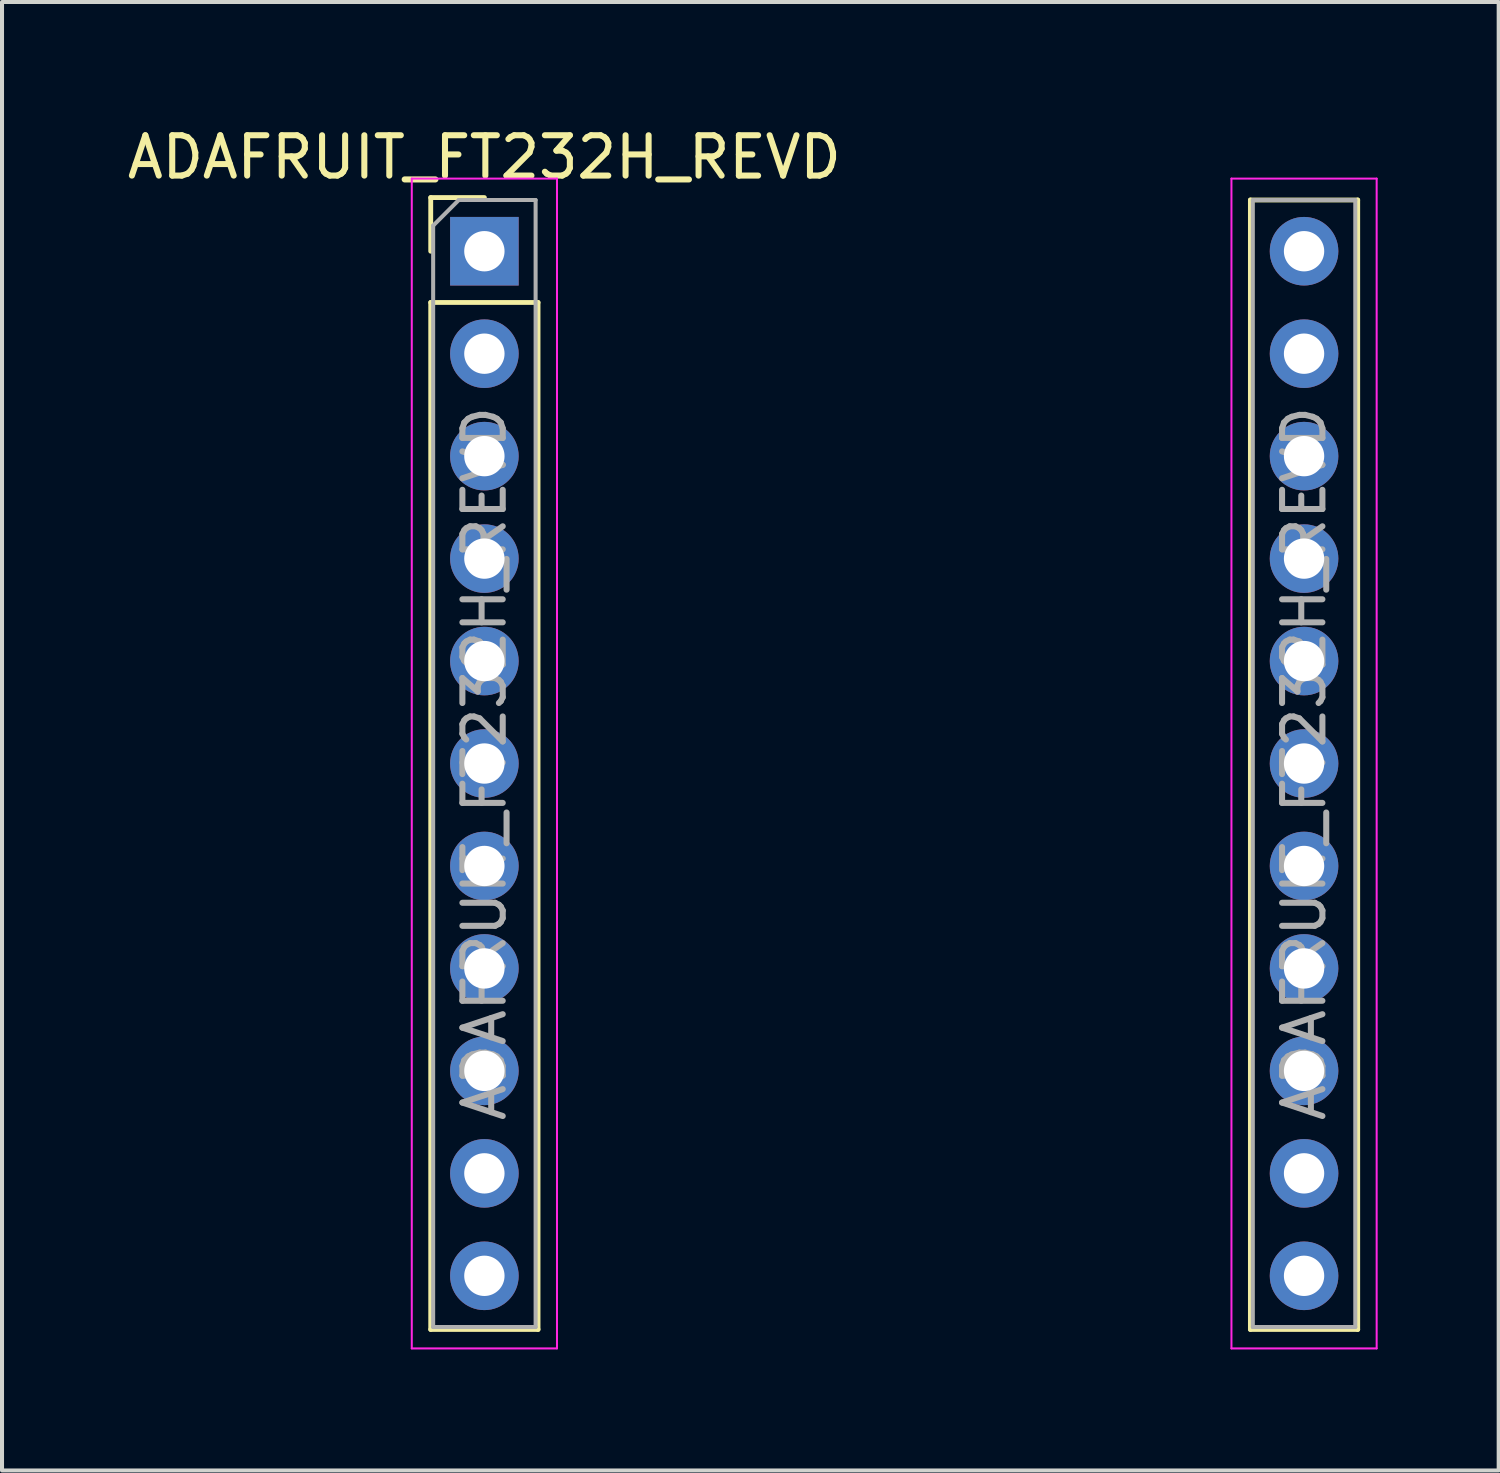
<source format=kicad_pcb>
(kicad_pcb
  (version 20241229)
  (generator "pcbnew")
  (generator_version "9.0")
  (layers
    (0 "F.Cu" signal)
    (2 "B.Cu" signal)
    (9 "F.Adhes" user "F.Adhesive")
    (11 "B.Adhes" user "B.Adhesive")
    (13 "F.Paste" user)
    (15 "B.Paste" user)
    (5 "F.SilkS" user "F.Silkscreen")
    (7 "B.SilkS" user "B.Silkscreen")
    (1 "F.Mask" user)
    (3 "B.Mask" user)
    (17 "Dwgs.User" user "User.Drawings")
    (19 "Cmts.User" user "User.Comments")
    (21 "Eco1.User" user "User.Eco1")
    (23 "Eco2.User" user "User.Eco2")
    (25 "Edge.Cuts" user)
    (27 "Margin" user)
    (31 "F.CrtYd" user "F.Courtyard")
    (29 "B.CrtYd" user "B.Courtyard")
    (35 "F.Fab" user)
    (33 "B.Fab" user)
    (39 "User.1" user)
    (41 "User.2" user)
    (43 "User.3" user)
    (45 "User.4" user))
  (footprint "ADAFRUIT_FT232H_REVD"
    (layer "F.Cu")
    (at 8.958 3.178)
    (property "Reference" "ADAFRUIT_FT232H_REVD" (at 0 -2.33 0) (layer "F.SilkS") (effects (font (size 1 1) (thickness 0.15))))
    (attr through_hole)
    (fp_line (start -1.33 -1.33) (end 0 -1.33) (stroke (width 0.12) (type solid)) (layer "F.SilkS"))
    (fp_line (start -1.33 0) (end -1.33 -1.33) (stroke (width 0.12) (type solid)) (layer "F.SilkS"))
    (fp_line (start -1.33 1.27) (end -1.33 26.73) (stroke (width 0.12) (type solid)) (layer "F.SilkS"))
    (fp_line (start -1.33 1.27) (end 1.33 1.27) (stroke (width 0.12) (type solid)) (layer "F.SilkS"))
    (fp_line (start -1.33 26.73) (end 1.33 26.73) (stroke (width 0.12) (type solid)) (layer "F.SilkS"))
    (fp_line (start 1.33 1.27) (end 1.33 26.73) (stroke (width 0.12) (type solid)) (layer "F.SilkS"))
    (fp_line (start 18.99 -1.27) (end 18.99 26.73) (stroke (width 0.12) (type solid)) (layer "F.SilkS"))
    (fp_line (start 18.99 -1.27) (end 21.65 -1.27) (stroke (width 0.12) (type solid)) (layer "F.SilkS"))
    (fp_line (start 18.99 26.73) (end 21.65 26.73) (stroke (width 0.12) (type solid)) (layer "F.SilkS"))
    (fp_line (start 21.65 -1.27) (end 21.65 26.73) (stroke (width 0.12) (type solid)) (layer "F.SilkS"))
    (fp_line (start -1.8 -1.8) (end -1.8 27.2) (stroke (width 0.05) (type solid)) (layer "F.CrtYd"))
    (fp_line (start -1.8 27.2) (end 1.8 27.2) (stroke (width 0.05) (type solid)) (layer "F.CrtYd"))
    (fp_line (start 1.8 -1.8) (end -1.8 -1.8) (stroke (width 0.05) (type solid)) (layer "F.CrtYd"))
    (fp_line (start 1.8 27.2) (end 1.8 -1.8) (stroke (width 0.05) (type solid)) (layer "F.CrtYd"))
    (fp_line (start 18.52 -1.8) (end 18.52 27.2) (stroke (width 0.05) (type solid)) (layer "F.CrtYd"))
    (fp_line (start 18.52 27.2) (end 22.12 27.2) (stroke (width 0.05) (type solid)) (layer "F.CrtYd"))
    (fp_line (start 22.12 -1.8) (end 18.52 -1.8) (stroke (width 0.05) (type solid)) (layer "F.CrtYd"))
    (fp_line (start 22.12 27.2) (end 22.12 -1.8) (stroke (width 0.05) (type solid)) (layer "F.CrtYd"))
    (fp_line (start -1.27 -0.635) (end -0.635 -1.27) (stroke (width 0.1) (type solid)) (layer "F.Fab"))
    (fp_line (start -1.27 26.67) (end -1.27 -0.635) (stroke (width 0.1) (type solid)) (layer "F.Fab"))
    (fp_line (start -0.635 -1.27) (end 1.27 -1.27) (stroke (width 0.1) (type solid)) (layer "F.Fab"))
    (fp_line (start 1.27 -1.27) (end 1.27 26.67) (stroke (width 0.1) (type solid)) (layer "F.Fab"))
    (fp_line (start 1.27 26.67) (end -1.27 26.67) (stroke (width 0.1) (type solid)) (layer "F.Fab"))
    (fp_line (start 19.05 -1.27) (end 21.59 -1.27) (stroke (width 0.1) (type solid)) (layer "F.Fab"))
    (fp_line (start 19.05 26.67) (end 19.05 -1.27) (stroke (width 0.1) (type solid)) (layer "F.Fab"))
    (fp_line (start 21.59 -1.27) (end 21.59 26.67) (stroke (width 0.1) (type solid)) (layer "F.Fab"))
    (fp_line (start 21.59 26.67) (end 19.05 26.67) (stroke (width 0.1) (type solid)) (layer "F.Fab"))
    (fp_text user "${REFERENCE}" (at 0 12.7 90) (layer "F.Fab") (effects (font (size 1 1) (thickness 0.15))))
    (fp_text user "${REFERENCE}" (at 20.32 12.7 90) (layer "F.Fab") (effects (font (size 1 1) (thickness 0.15))))
    (pad "1" thru_hole rect (at 0 0) (size 1.7 1.7) (drill 1) (layers "*.Cu" "*.Mask"))
    (pad "2" thru_hole oval (at 0 2.54) (size 1.7 1.7) (drill 1) (layers "*.Cu" "*.Mask"))
    (pad "3" thru_hole oval (at 0 5.08) (size 1.7 1.7) (drill 1) (layers "*.Cu" "*.Mask"))
    (pad "4" thru_hole oval (at 0 7.62) (size 1.7 1.7) (drill 1) (layers "*.Cu" "*.Mask"))
    (pad "5" thru_hole oval (at 0 10.16) (size 1.7 1.7) (drill 1) (layers "*.Cu" "*.Mask"))
    (pad "6" thru_hole oval (at 0 12.7) (size 1.7 1.7) (drill 1) (layers "*.Cu" "*.Mask"))
    (pad "7" thru_hole oval (at 0 15.24) (size 1.7 1.7) (drill 1) (layers "*.Cu" "*.Mask"))
    (pad "8" thru_hole oval (at 0 17.78) (size 1.7 1.7) (drill 1) (layers "*.Cu" "*.Mask"))
    (pad "9" thru_hole oval (at 0 20.32) (size 1.7 1.7) (drill 1) (layers "*.Cu" "*.Mask"))
    (pad "10" thru_hole oval (at 0 22.86) (size 1.7 1.7) (drill 1) (layers "*.Cu" "*.Mask"))
    (pad "11" thru_hole oval (at 0 25.4) (size 1.7 1.7) (drill 1) (layers "*.Cu" "*.Mask"))
    (pad "12" thru_hole oval (at 20.32 25.4) (size 1.7 1.7) (drill 1) (layers "*.Cu" "*.Mask"))
    (pad "13" thru_hole oval (at 20.32 22.86) (size 1.7 1.7) (drill 1) (layers "*.Cu" "*.Mask"))
    (pad "14" thru_hole oval (at 20.32 20.32) (size 1.7 1.7) (drill 1) (layers "*.Cu" "*.Mask"))
    (pad "15" thru_hole oval (at 20.32 17.78) (size 1.7 1.7) (drill 1) (layers "*.Cu" "*.Mask"))
    (pad "16" thru_hole oval (at 20.32 15.24) (size 1.7 1.7) (drill 1) (layers "*.Cu" "*.Mask"))
    (pad "17" thru_hole oval (at 20.32 12.7) (size 1.7 1.7) (drill 1) (layers "*.Cu" "*.Mask"))
    (pad "18" thru_hole oval (at 20.32 10.16) (size 1.7 1.7) (drill 1) (layers "*.Cu" "*.Mask"))
    (pad "19" thru_hole oval (at 20.32 7.62) (size 1.7 1.7) (drill 1) (layers "*.Cu" "*.Mask"))
    (pad "20" thru_hole oval (at 20.32 5.08) (size 1.7 1.7) (drill 1) (layers "*.Cu" "*.Mask"))
    (pad "21" thru_hole oval (at 20.32 2.54) (size 1.7 1.7) (drill 1) (layers "*.Cu" "*.Mask"))
    (pad "22" thru_hole oval (at 20.32 0) (size 1.7 1.7) (drill 1) (layers "*.Cu" "*.Mask")))
  (gr_rect
    (start -3 -3)
    (end 34.103 33.403)
    (stroke (width 0.1) (type default))
    (fill no)
    (layer "Edge.Cuts")))
</source>
